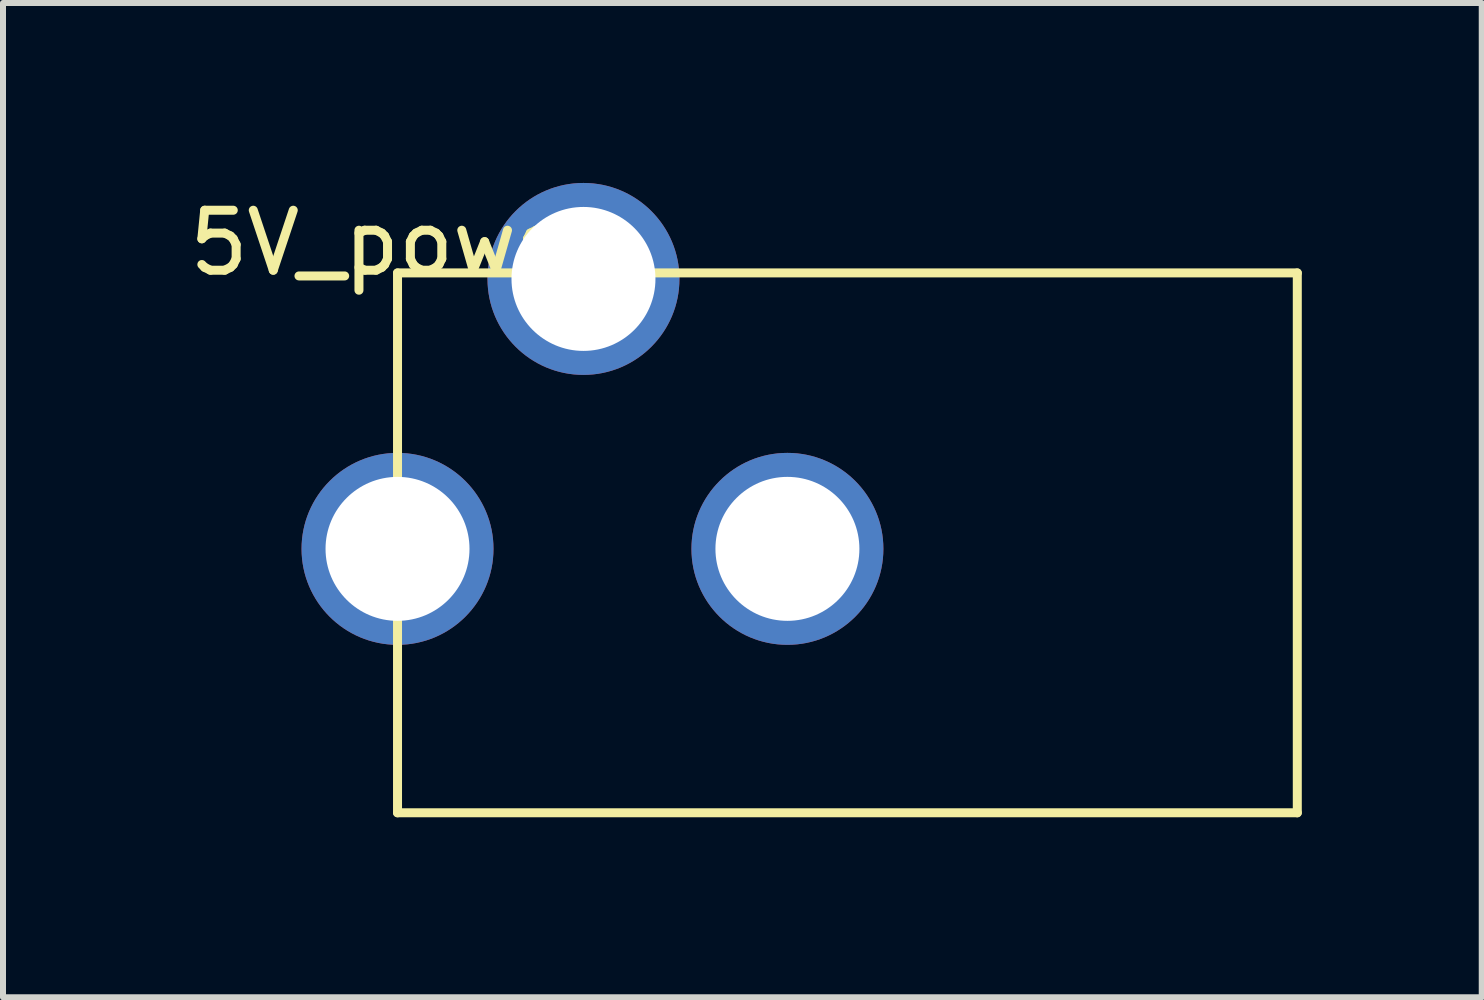
<source format=kicad_pcb>
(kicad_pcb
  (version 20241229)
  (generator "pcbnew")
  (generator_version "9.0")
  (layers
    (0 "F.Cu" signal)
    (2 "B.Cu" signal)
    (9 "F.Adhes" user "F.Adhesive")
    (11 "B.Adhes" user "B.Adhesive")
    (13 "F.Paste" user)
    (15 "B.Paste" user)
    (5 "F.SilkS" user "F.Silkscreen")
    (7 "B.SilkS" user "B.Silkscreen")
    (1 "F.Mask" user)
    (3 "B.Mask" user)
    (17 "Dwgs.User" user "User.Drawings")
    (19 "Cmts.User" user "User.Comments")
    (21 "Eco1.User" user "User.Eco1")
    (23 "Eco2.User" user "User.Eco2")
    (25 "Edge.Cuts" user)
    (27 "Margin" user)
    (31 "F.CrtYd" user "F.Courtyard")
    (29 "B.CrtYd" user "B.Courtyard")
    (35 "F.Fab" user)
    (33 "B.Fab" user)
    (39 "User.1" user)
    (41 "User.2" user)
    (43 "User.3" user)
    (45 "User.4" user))
  (footprint "5V_power"
    (layer "F.Cu")
    (at 3.577 6.1)
    (property "Reference" "5V_power" (at 0 -5.1 0) (layer "F.SilkS") (effects (font (size 1 1) (thickness 0.15))))
    (attr through_hole)
    (fp_line (start 0 -4.6) (end 15 -4.6) (stroke (width 0.15) (type solid)) (layer "F.SilkS"))
    (fp_line (start 0 4.4) (end 0 -4.6) (stroke (width 0.15) (type solid)) (layer "F.SilkS"))
    (fp_line (start 0 4.4) (end 15 4.4) (stroke (width 0.15) (type solid)) (layer "F.SilkS"))
    (fp_line (start 15 4.4) (end 15 -4.6) (stroke (width 0.15) (type solid)) (layer "F.SilkS"))
    (pad "1" thru_hole circle (at 0 0) (size 3.2 3.2) (drill 2.4) (layers "*.Cu" "*.Mask"))
    (pad "2" thru_hole circle (at 3.1 -4.5) (size 3.2 3.2) (drill 2.4) (layers "*.Cu" "*.Mask"))
    (pad "2" thru_hole circle (at 6.5 0) (size 3.2 3.2) (drill 2.4) (layers "*.Cu" "*.Mask")))
  (gr_rect
    (start -3 -3)
    (end 21.652 13.575)
    (stroke (width 0.1) (type default))
    (fill no)
    (layer "Edge.Cuts")))
</source>
